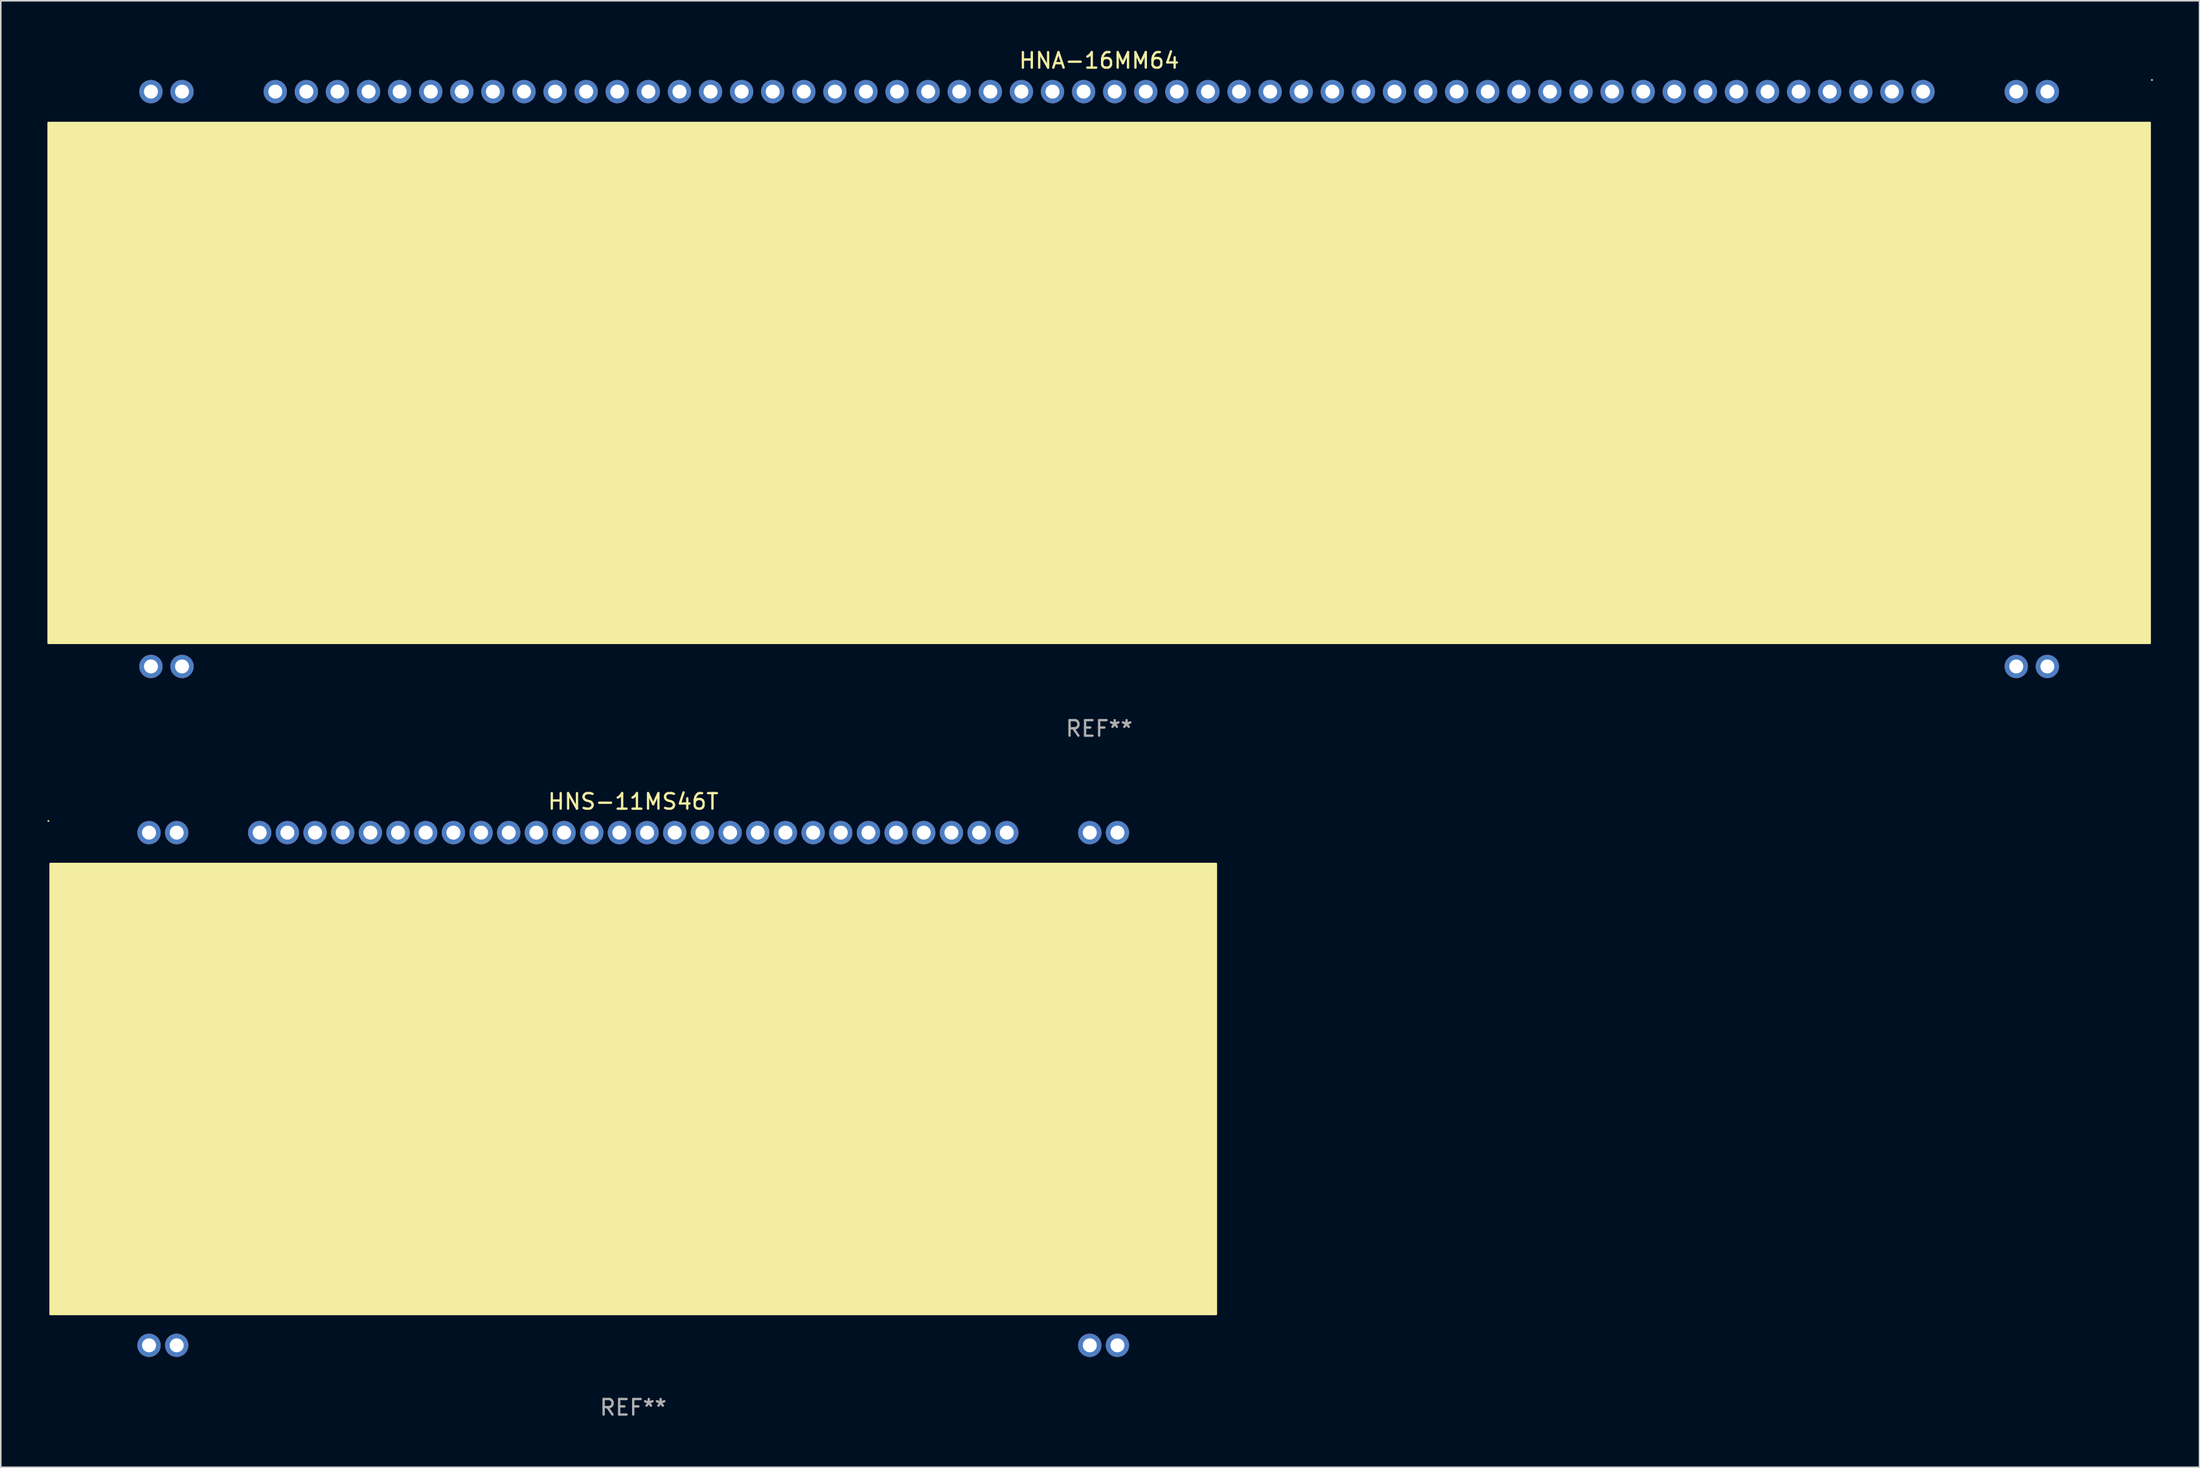
<source format=kicad_pcb>
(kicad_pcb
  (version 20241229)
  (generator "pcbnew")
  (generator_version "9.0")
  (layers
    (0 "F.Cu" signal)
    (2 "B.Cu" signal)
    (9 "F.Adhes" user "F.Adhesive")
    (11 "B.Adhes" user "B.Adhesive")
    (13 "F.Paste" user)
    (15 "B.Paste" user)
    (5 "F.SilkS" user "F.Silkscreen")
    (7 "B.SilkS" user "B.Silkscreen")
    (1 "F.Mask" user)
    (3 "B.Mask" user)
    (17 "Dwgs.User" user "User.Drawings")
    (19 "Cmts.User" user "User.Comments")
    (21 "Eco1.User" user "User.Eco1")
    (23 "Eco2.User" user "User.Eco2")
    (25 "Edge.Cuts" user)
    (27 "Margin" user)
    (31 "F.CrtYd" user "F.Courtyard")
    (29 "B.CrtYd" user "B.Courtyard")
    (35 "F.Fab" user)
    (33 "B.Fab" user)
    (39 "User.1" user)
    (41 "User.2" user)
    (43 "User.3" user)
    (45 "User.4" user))
  (footprint "HNA-16MM64"
    (layer "F.Cu")
    (at 67.66 21.348)
    (property "Reference" "HNA-16MM64" (at 0 -20.5 0) (layer "F.SilkS") (effects (font (size 1 1) (thickness 0.15))))
    (attr through_hole)
    (fp_circle (center 67.727 -19.25) (end 67.757 -19.25) (stroke (width 0.06) (type solid)) (fill no) (layer "F.SilkS"))
    (fp_poly (pts (xy -67.6 -16.5) (xy 67.6 -16.5) (xy 67.6 17) (xy -67.6 17)) (stroke (width 0.12) (type solid)) (fill yes) (layer "F.SilkS"))
    (fp_poly (pts (xy -53.6 -10.5) (xy 53.6 -10.5) (xy 53.6 11) (xy -53.6 11)) (stroke (width 0.12) (type solid)) (fill yes) (layer "F.SilkS"))
    (fp_text user "REF**" (at 0 22.5 0) (layer "F.Fab") (effects (font (size 1 1) (thickness 0.15))))
    (pad "0" thru_hole circle (at -61 18.5) (size 1.5 1.5) (drill 0.9) (layers "*.Cu" "*.Mask"))
    (pad "0" thru_hole circle (at -59 18.5) (size 1.5 1.5) (drill 0.9) (layers "*.Cu" "*.Mask"))
    (pad "0" thru_hole circle (at 59 18.5) (size 1.5 1.5) (drill 0.9) (layers "*.Cu" "*.Mask"))
    (pad "0" thru_hole circle (at 61 18.5) (size 1.5 1.5) (drill 0.9) (layers "*.Cu" "*.Mask"))
    (pad "1" thru_hole circle (at 61 -18.5) (size 1.5 1.5) (drill 0.9) (layers "*.Cu" "*.Mask"))
    (pad "2" thru_hole circle (at 59 -18.5) (size 1.5 1.5) (drill 0.9) (layers "*.Cu" "*.Mask"))
    (pad "5" thru_hole circle (at 53 -18.5) (size 1.5 1.5) (drill 0.9) (layers "*.Cu" "*.Mask"))
    (pad "6" thru_hole circle (at 51 -18.5) (size 1.5 1.5) (drill 0.9) (layers "*.Cu" "*.Mask"))
    (pad "7" thru_hole circle (at 49 -18.5) (size 1.5 1.5) (drill 0.9) (layers "*.Cu" "*.Mask"))
    (pad "8" thru_hole circle (at 47 -18.5) (size 1.5 1.5) (drill 0.9) (layers "*.Cu" "*.Mask"))
    (pad "9" thru_hole circle (at 45 -18.5) (size 1.5 1.5) (drill 0.9) (layers "*.Cu" "*.Mask"))
    (pad "10" thru_hole circle (at 43 -18.5) (size 1.5 1.5) (drill 0.9) (layers "*.Cu" "*.Mask"))
    (pad "11" thru_hole circle (at 41 -18.5) (size 1.5 1.5) (drill 0.9) (layers "*.Cu" "*.Mask"))
    (pad "12" thru_hole circle (at 39 -18.5) (size 1.5 1.5) (drill 0.9) (layers "*.Cu" "*.Mask"))
    (pad "13" thru_hole circle (at 37 -18.5) (size 1.5 1.5) (drill 0.9) (layers "*.Cu" "*.Mask"))
    (pad "14" thru_hole circle (at 35 -18.5) (size 1.5 1.5) (drill 0.9) (layers "*.Cu" "*.Mask"))
    (pad "15" thru_hole circle (at 33 -18.5) (size 1.5 1.5) (drill 0.9) (layers "*.Cu" "*.Mask"))
    (pad "16" thru_hole circle (at 31 -18.5) (size 1.5 1.5) (drill 0.9) (layers "*.Cu" "*.Mask"))
    (pad "17" thru_hole circle (at 29 -18.5) (size 1.5 1.5) (drill 0.9) (layers "*.Cu" "*.Mask"))
    (pad "18" thru_hole circle (at 27 -18.5) (size 1.5 1.5) (drill 0.9) (layers "*.Cu" "*.Mask"))
    (pad "19" thru_hole circle (at 25 -18.5) (size 1.5 1.5) (drill 0.9) (layers "*.Cu" "*.Mask"))
    (pad "20" thru_hole circle (at 23 -18.5) (size 1.5 1.5) (drill 0.9) (layers "*.Cu" "*.Mask"))
    (pad "21" thru_hole circle (at 21 -18.5) (size 1.5 1.5) (drill 0.9) (layers "*.Cu" "*.Mask"))
    (pad "22" thru_hole circle (at 19 -18.5) (size 1.5 1.5) (drill 0.9) (layers "*.Cu" "*.Mask"))
    (pad "23" thru_hole circle (at 17 -18.5) (size 1.5 1.5) (drill 0.9) (layers "*.Cu" "*.Mask"))
    (pad "24" thru_hole circle (at 15 -18.5) (size 1.5 1.5) (drill 0.9) (layers "*.Cu" "*.Mask"))
    (pad "25" thru_hole circle (at 13 -18.5) (size 1.5 1.5) (drill 0.9) (layers "*.Cu" "*.Mask"))
    (pad "26" thru_hole circle (at 11 -18.5) (size 1.5 1.5) (drill 0.9) (layers "*.Cu" "*.Mask"))
    (pad "27" thru_hole circle (at 9 -18.5) (size 1.5 1.5) (drill 0.9) (layers "*.Cu" "*.Mask"))
    (pad "28" thru_hole circle (at 7 -18.5) (size 1.5 1.5) (drill 0.9) (layers "*.Cu" "*.Mask"))
    (pad "29" thru_hole circle (at 5 -18.5) (size 1.5 1.5) (drill 0.9) (layers "*.Cu" "*.Mask"))
    (pad "30" thru_hole circle (at 3 -18.5) (size 1.5 1.5) (drill 0.9) (layers "*.Cu" "*.Mask"))
    (pad "31" thru_hole circle (at 1 -18.5) (size 1.5 1.5) (drill 0.9) (layers "*.Cu" "*.Mask"))
    (pad "32" thru_hole circle (at -1 -18.5) (size 1.5 1.5) (drill 0.9) (layers "*.Cu" "*.Mask"))
    (pad "33" thru_hole circle (at -3 -18.5) (size 1.5 1.5) (drill 0.9) (layers "*.Cu" "*.Mask"))
    (pad "34" thru_hole circle (at -5 -18.5) (size 1.5 1.5) (drill 0.9) (layers "*.Cu" "*.Mask"))
    (pad "35" thru_hole circle (at -7 -18.5) (size 1.5 1.5) (drill 0.9) (layers "*.Cu" "*.Mask"))
    (pad "36" thru_hole circle (at -9 -18.5) (size 1.5 1.5) (drill 0.9) (layers "*.Cu" "*.Mask"))
    (pad "37" thru_hole circle (at -11 -18.5) (size 1.5 1.5) (drill 0.9) (layers "*.Cu" "*.Mask"))
    (pad "38" thru_hole circle (at -13 -18.5) (size 1.5 1.5) (drill 0.9) (layers "*.Cu" "*.Mask"))
    (pad "39" thru_hole circle (at -15 -18.5) (size 1.5 1.5) (drill 0.9) (layers "*.Cu" "*.Mask"))
    (pad "40" thru_hole circle (at -17 -18.5) (size 1.5 1.5) (drill 0.9) (layers "*.Cu" "*.Mask"))
    (pad "41" thru_hole circle (at -19 -18.5) (size 1.5 1.5) (drill 0.9) (layers "*.Cu" "*.Mask"))
    (pad "42" thru_hole circle (at -21 -18.5) (size 1.5 1.5) (drill 0.9) (layers "*.Cu" "*.Mask"))
    (pad "43" thru_hole circle (at -23 -18.5) (size 1.5 1.5) (drill 0.9) (layers "*.Cu" "*.Mask"))
    (pad "44" thru_hole circle (at -25 -18.5) (size 1.5 1.5) (drill 0.9) (layers "*.Cu" "*.Mask"))
    (pad "45" thru_hole circle (at -27 -18.5) (size 1.5 1.5) (drill 0.9) (layers "*.Cu" "*.Mask"))
    (pad "46" thru_hole circle (at -29 -18.5) (size 1.5 1.5) (drill 0.9) (layers "*.Cu" "*.Mask"))
    (pad "47" thru_hole circle (at -31 -18.5) (size 1.5 1.5) (drill 0.9) (layers "*.Cu" "*.Mask"))
    (pad "48" thru_hole circle (at -33 -18.5) (size 1.5 1.5) (drill 0.9) (layers "*.Cu" "*.Mask"))
    (pad "49" thru_hole circle (at -35 -18.5) (size 1.5 1.5) (drill 0.9) (layers "*.Cu" "*.Mask"))
    (pad "50" thru_hole circle (at -37 -18.5) (size 1.5 1.5) (drill 0.9) (layers "*.Cu" "*.Mask"))
    (pad "51" thru_hole circle (at -39 -18.5) (size 1.5 1.5) (drill 0.9) (layers "*.Cu" "*.Mask"))
    (pad "52" thru_hole circle (at -41 -18.5) (size 1.5 1.5) (drill 0.9) (layers "*.Cu" "*.Mask"))
    (pad "53" thru_hole circle (at -43 -18.5) (size 1.5 1.5) (drill 0.9) (layers "*.Cu" "*.Mask"))
    (pad "54" thru_hole circle (at -45 -18.5) (size 1.5 1.5) (drill 0.9) (layers "*.Cu" "*.Mask"))
    (pad "55" thru_hole circle (at -47 -18.5) (size 1.5 1.5) (drill 0.9) (layers "*.Cu" "*.Mask"))
    (pad "56" thru_hole circle (at -49 -18.5) (size 1.5 1.5) (drill 0.9) (layers "*.Cu" "*.Mask"))
    (pad "57" thru_hole circle (at -51 -18.5) (size 1.5 1.5) (drill 0.9) (layers "*.Cu" "*.Mask"))
    (pad "58" thru_hole circle (at -53 -18.5) (size 1.5 1.5) (drill 0.9) (layers "*.Cu" "*.Mask"))
    (pad "61" thru_hole circle (at -59 -18.5) (size 1.5 1.5) (drill 0.9) (layers "*.Cu" "*.Mask"))
    (pad "62" thru_hole circle (at -61 -18.5) (size 1.5 1.5) (drill 0.9) (layers "*.Cu" "*.Mask")))
  (footprint "HNS-11MS46T"
    (layer "F.Cu")
    (at 37.687 67.045)
    (property "Reference" "HNS-11MS46T" (at 0 -18.5 0) (layer "F.SilkS") (effects (font (size 1 1) (thickness 0.15))))
    (attr through_hole)
    (fp_circle (center -37.627 -17.25) (end -37.597 -17.25) (stroke (width 0.06) (type solid)) (fill no) (layer "F.SilkS"))
    (fp_poly (pts (xy -37.5 -14.5) (xy 37.5 -14.5) (xy 37.5 14.5) (xy -37.5 14.5)) (stroke (width 0.12) (type solid)) (fill yes) (layer "F.SilkS"))
    (fp_poly (pts (xy -24 -8) (xy 24 -8) (xy 24 9.5) (xy -24 9.5)) (stroke (width 0.12) (type solid)) (fill yes) (layer "F.SilkS"))
    (fp_text user "REF**" (at 0 20.5 0) (layer "F.Fab") (effects (font (size 1 1) (thickness 0.15))))
    (pad "0" thru_hole circle (at -31.15 16.5) (size 1.5 1.5) (drill 0.9) (layers "*.Cu" "*.Mask"))
    (pad "0" thru_hole circle (at -29.37 16.5) (size 1.5 1.5) (drill 0.9) (layers "*.Cu" "*.Mask"))
    (pad "0" thru_hole circle (at 29.37 16.5) (size 1.5 1.5) (drill 0.9) (layers "*.Cu" "*.Mask"))
    (pad "0" thru_hole circle (at 31.15 16.5) (size 1.5 1.5) (drill 0.9) (layers "*.Cu" "*.Mask"))
    (pad "1" thru_hole circle (at -31.15 -16.5) (size 1.5 1.5) (drill 0.9) (layers "*.Cu" "*.Mask"))
    (pad "2" thru_hole circle (at -29.37 -16.5) (size 1.5 1.5) (drill 0.9) (layers "*.Cu" "*.Mask"))
    (pad "5" thru_hole circle (at -24.03 -16.5) (size 1.5 1.5) (drill 0.9) (layers "*.Cu" "*.Mask"))
    (pad "6" thru_hole circle (at -22.25 -16.5) (size 1.5 1.5) (drill 0.9) (layers "*.Cu" "*.Mask"))
    (pad "7" thru_hole circle (at -20.47 -16.5) (size 1.5 1.5) (drill 0.9) (layers "*.Cu" "*.Mask"))
    (pad "8" thru_hole circle (at -18.69 -16.5) (size 1.5 1.5) (drill 0.9) (layers "*.Cu" "*.Mask"))
    (pad "9" thru_hole circle (at -16.91 -16.5) (size 1.5 1.5) (drill 0.9) (layers "*.Cu" "*.Mask"))
    (pad "10" thru_hole circle (at -15.13 -16.5) (size 1.5 1.5) (drill 0.9) (layers "*.Cu" "*.Mask"))
    (pad "11" thru_hole circle (at -13.35 -16.5) (size 1.5 1.5) (drill 0.9) (layers "*.Cu" "*.Mask"))
    (pad "12" thru_hole circle (at -11.57 -16.5) (size 1.5 1.5) (drill 0.9) (layers "*.Cu" "*.Mask"))
    (pad "13" thru_hole circle (at -9.79 -16.5) (size 1.5 1.5) (drill 0.9) (layers "*.Cu" "*.Mask"))
    (pad "14" thru_hole circle (at -8.01 -16.5) (size 1.5 1.5) (drill 0.9) (layers "*.Cu" "*.Mask"))
    (pad "15" thru_hole circle (at -6.23 -16.5) (size 1.5 1.5) (drill 0.9) (layers "*.Cu" "*.Mask"))
    (pad "16" thru_hole circle (at -4.45 -16.5) (size 1.5 1.5) (drill 0.9) (layers "*.Cu" "*.Mask"))
    (pad "17" thru_hole circle (at -2.67 -16.5) (size 1.5 1.5) (drill 0.9) (layers "*.Cu" "*.Mask"))
    (pad "18" thru_hole circle (at -0.89 -16.5) (size 1.5 1.5) (drill 0.9) (layers "*.Cu" "*.Mask"))
    (pad "19" thru_hole circle (at 0.89 -16.5) (size 1.5 1.5) (drill 0.9) (layers "*.Cu" "*.Mask"))
    (pad "20" thru_hole circle (at 2.67 -16.5) (size 1.5 1.5) (drill 0.9) (layers "*.Cu" "*.Mask"))
    (pad "21" thru_hole circle (at 4.45 -16.5) (size 1.5 1.5) (drill 0.9) (layers "*.Cu" "*.Mask"))
    (pad "22" thru_hole circle (at 6.23 -16.5) (size 1.5 1.5) (drill 0.9) (layers "*.Cu" "*.Mask"))
    (pad "23" thru_hole circle (at 8.01 -16.5) (size 1.5 1.5) (drill 0.9) (layers "*.Cu" "*.Mask"))
    (pad "24" thru_hole circle (at 9.79 -16.5) (size 1.5 1.5) (drill 0.9) (layers "*.Cu" "*.Mask"))
    (pad "25" thru_hole circle (at 11.57 -16.5) (size 1.5 1.5) (drill 0.9) (layers "*.Cu" "*.Mask"))
    (pad "26" thru_hole circle (at 13.35 -16.5) (size 1.5 1.5) (drill 0.9) (layers "*.Cu" "*.Mask"))
    (pad "27" thru_hole circle (at 15.13 -16.5) (size 1.5 1.5) (drill 0.9) (layers "*.Cu" "*.Mask"))
    (pad "28" thru_hole circle (at 16.91 -16.5) (size 1.5 1.5) (drill 0.9) (layers "*.Cu" "*.Mask"))
    (pad "29" thru_hole circle (at 18.69 -16.5) (size 1.5 1.5) (drill 0.9) (layers "*.Cu" "*.Mask"))
    (pad "30" thru_hole circle (at 20.47 -16.5) (size 1.5 1.5) (drill 0.9) (layers "*.Cu" "*.Mask"))
    (pad "31" thru_hole circle (at 22.25 -16.5) (size 1.5 1.5) (drill 0.9) (layers "*.Cu" "*.Mask"))
    (pad "32" thru_hole circle (at 24.03 -16.5) (size 1.5 1.5) (drill 0.9) (layers "*.Cu" "*.Mask"))
    (pad "35" thru_hole circle (at 29.37 -16.5) (size 1.5 1.5) (drill 0.9) (layers "*.Cu" "*.Mask"))
    (pad "36" thru_hole circle (at 31.15 -16.5) (size 1.5 1.5) (drill 0.9) (layers "*.Cu" "*.Mask")))
  (gr_rect
    (start -3 -3)
    (end 138.447 91.393)
    (stroke (width 0.1) (type default))
    (fill no)
    (layer "Edge.Cuts")))
</source>
